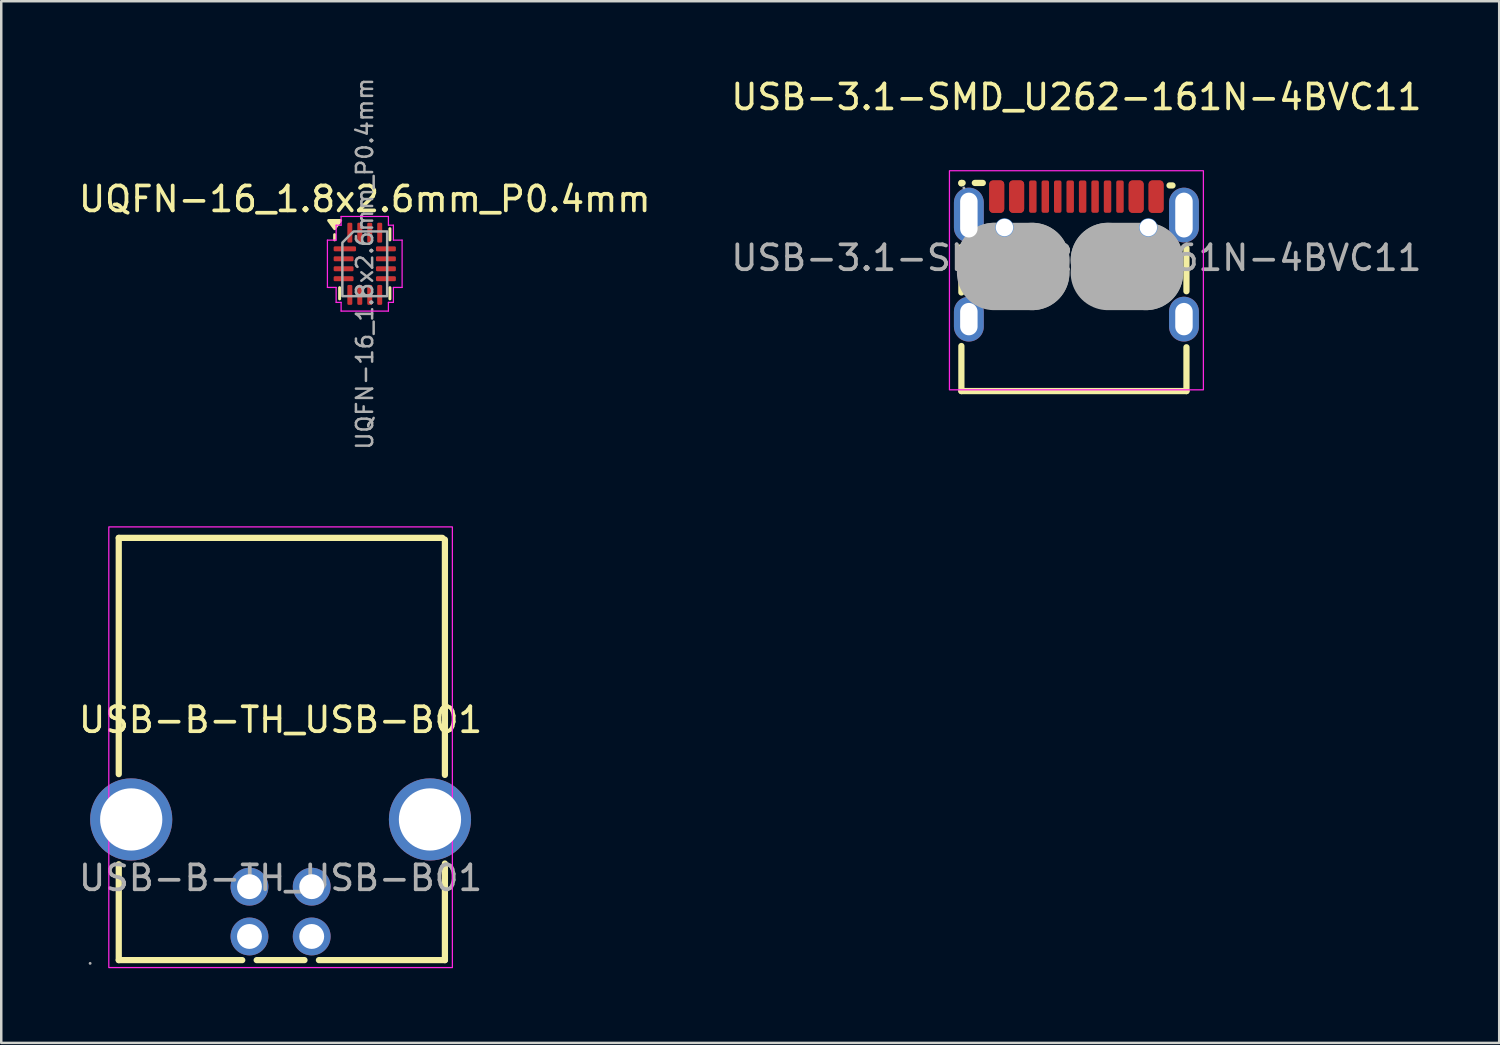
<source format=kicad_pcb>
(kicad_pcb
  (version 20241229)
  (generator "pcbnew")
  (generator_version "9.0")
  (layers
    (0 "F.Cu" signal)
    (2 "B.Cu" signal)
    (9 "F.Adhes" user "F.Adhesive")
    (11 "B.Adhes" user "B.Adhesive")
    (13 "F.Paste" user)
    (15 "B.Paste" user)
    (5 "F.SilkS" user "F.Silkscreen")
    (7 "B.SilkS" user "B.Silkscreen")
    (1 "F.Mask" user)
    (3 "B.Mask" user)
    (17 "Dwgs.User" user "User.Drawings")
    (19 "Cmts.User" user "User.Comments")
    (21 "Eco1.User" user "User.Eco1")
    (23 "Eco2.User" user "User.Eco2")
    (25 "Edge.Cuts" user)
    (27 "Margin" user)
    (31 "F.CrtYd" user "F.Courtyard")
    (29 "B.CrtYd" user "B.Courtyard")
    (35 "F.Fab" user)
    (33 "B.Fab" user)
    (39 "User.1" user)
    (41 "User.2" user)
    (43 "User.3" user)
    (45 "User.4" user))
  (footprint "USB-B-TH_USB-B01"
    (layer "F.Cu")
    (at 8.22 32.214)
    (property "Reference" "USB-B-TH_USB-B01" (at 0 -6.35 0) (layer "F.SilkS") (effects (font (size 1 1) (thickness 0.15))))
    (attr through_hole)
    (fp_line (start -6.5 -13.66) (end -6.5 -4.17) (stroke (width 0.25) (type solid)) (layer "F.SilkS"))
    (fp_line (start -6.5 -13.66) (end 6.5 -13.66) (stroke (width 0.25) (type solid)) (layer "F.SilkS"))
    (fp_line (start -6.5 -0.55) (end -6.5 3.3) (stroke (width 0.25) (type solid)) (layer "F.SilkS"))
    (fp_line (start -6.5 3.3) (end -1.54 3.3) (stroke (width 0.25) (type solid)) (layer "F.SilkS"))
    (fp_line (start -0.96 3.3) (end 0.96 3.3) (stroke (width 0.25) (type solid)) (layer "F.SilkS"))
    (fp_line (start 1.54 3.3) (end 6.6 3.3) (stroke (width 0.25) (type solid)) (layer "F.SilkS"))
    (fp_line (start 6.6 -4.14) (end 6.6 -13.59) (stroke (width 0.25) (type solid)) (layer "F.SilkS"))
    (fp_line (start 6.6 3.3) (end 6.6 -0.58) (stroke (width 0.25) (type solid)) (layer "F.SilkS"))
    (fp_rect (start -6.9 -14.1) (end 6.9 3.6) (stroke (width 0.05) (type default)) (fill no) (layer "F.CrtYd"))
    (fp_circle (center -7.65 3.43) (end -7.62 3.43) (stroke (width 0.06) (type solid)) (fill no) (layer "F.Fab"))
    (fp_circle (center -6 -2.35) (end -5.42 -2.35) (stroke (width 1.15) (type solid)) (fill no) (layer "F.Fab"))
    (fp_circle (center -1.25 0.35) (end -1.05 0.35) (stroke (width 0.4) (type solid)) (fill no) (layer "F.Fab"))
    (fp_circle (center -1.25 2.35) (end -1.05 2.35) (stroke (width 0.4) (type solid)) (fill no) (layer "F.Fab"))
    (fp_circle (center 1.25 0.35) (end 1.45 0.35) (stroke (width 0.4) (type solid)) (fill no) (layer "F.Fab"))
    (fp_circle (center 1.25 2.35) (end 1.45 2.35) (stroke (width 0.4) (type solid)) (fill no) (layer "F.Fab"))
    (fp_circle (center 6 -2.35) (end 6.58 -2.35) (stroke (width 1.15) (type solid)) (fill no) (layer "F.Fab"))
    (fp_text user "${REFERENCE}" (at 0 0 0) (layer "F.Fab") (effects (font (size 1 1) (thickness 0.15))))
    (pad "1" thru_hole circle (at -1.25 2.35) (size 1.52 1.52) (drill 1) (layers "*.Cu" "*.Mask"))
    (pad "2" thru_hole circle (at 1.25 2.35) (size 1.52 1.52) (drill 1) (layers "*.Cu" "*.Mask"))
    (pad "3" thru_hole circle (at 1.25 0.35) (size 1.52 1.52) (drill 1) (layers "*.Cu" "*.Mask"))
    (pad "4" thru_hole circle (at -1.25 0.35) (size 1.52 1.52) (drill 1) (layers "*.Cu" "*.Mask"))
    (pad "5" thru_hole circle (at -6 -2.35) (size 3.3 3.3) (drill 2.5) (layers "*.Cu" "*.Mask"))
    (pad "6" thru_hole circle (at 6 -2.35) (size 3.3 3.3) (drill 2.5) (layers "*.Cu" "*.Mask")))
  (footprint "UQFN-16_1.8x2.6mm_P0.4mm"
    (layer "F.Cu")
    (at 11.601 7.545)
    (property "Reference" "UQFN-16_1.8x2.6mm_P0.4mm" (at 0 -2.6 0) (layer "F.SilkS") (effects (font (size 1 1) (thickness 0.15))))
    (attr smd)
    (fp_line (start -1.21 -0.96) (end -1.21 -1.17) (stroke (width 0.12) (type solid)) (layer "F.SilkS"))
    (fp_line (start -1.01 1.41) (end -1.01 0.96) (stroke (width 0.12) (type solid)) (layer "F.SilkS"))
    (fp_line (start 1.01 -1.41) (end 1.01 -0.96) (stroke (width 0.12) (type solid)) (layer "F.SilkS"))
    (fp_line (start 1.01 1.41) (end 1.01 0.96) (stroke (width 0.12) (type solid)) (layer "F.SilkS"))
    (fp_poly (pts (xy -1.21 -1.41) (xy -1.45 -1.74) (xy -0.97 -1.74)) (stroke (width 0.12) (type solid)) (fill yes) (layer "F.SilkS"))
    (fp_line (start -1.5 -0.95) (end -1.15 -0.95) (stroke (width 0.05) (type solid)) (layer "F.CrtYd"))
    (fp_line (start -1.5 0.95) (end -1.5 -0.95) (stroke (width 0.05) (type solid)) (layer "F.CrtYd"))
    (fp_line (start -1.15 -1.55) (end -0.95 -1.55) (stroke (width 0.05) (type solid)) (layer "F.CrtYd"))
    (fp_line (start -1.15 -0.95) (end -1.15 -1.55) (stroke (width 0.05) (type solid)) (layer "F.CrtYd"))
    (fp_line (start -1.15 0.95) (end -1.5 0.95) (stroke (width 0.05) (type solid)) (layer "F.CrtYd"))
    (fp_line (start -1.15 1.55) (end -1.15 0.95) (stroke (width 0.05) (type solid)) (layer "F.CrtYd"))
    (fp_line (start -0.95 -1.9) (end 0.95 -1.9) (stroke (width 0.05) (type solid)) (layer "F.CrtYd"))
    (fp_line (start -0.95 -1.55) (end -0.95 -1.9) (stroke (width 0.05) (type solid)) (layer "F.CrtYd"))
    (fp_line (start -0.95 1.55) (end -1.15 1.55) (stroke (width 0.05) (type solid)) (layer "F.CrtYd"))
    (fp_line (start -0.95 1.9) (end -0.95 1.55) (stroke (width 0.05) (type solid)) (layer "F.CrtYd"))
    (fp_line (start 0.95 -1.9) (end 0.95 -1.55) (stroke (width 0.05) (type solid)) (layer "F.CrtYd"))
    (fp_line (start 0.95 -1.55) (end 1.15 -1.55) (stroke (width 0.05) (type solid)) (layer "F.CrtYd"))
    (fp_line (start 0.95 1.55) (end 0.95 1.9) (stroke (width 0.05) (type solid)) (layer "F.CrtYd"))
    (fp_line (start 0.95 1.9) (end -0.95 1.9) (stroke (width 0.05) (type solid)) (layer "F.CrtYd"))
    (fp_line (start 1.15 -1.55) (end 1.15 -0.95) (stroke (width 0.05) (type solid)) (layer "F.CrtYd"))
    (fp_line (start 1.15 -0.95) (end 1.5 -0.95) (stroke (width 0.05) (type solid)) (layer "F.CrtYd"))
    (fp_line (start 1.15 0.95) (end 1.15 1.55) (stroke (width 0.05) (type solid)) (layer "F.CrtYd"))
    (fp_line (start 1.15 1.55) (end 0.95 1.55) (stroke (width 0.05) (type solid)) (layer "F.CrtYd"))
    (fp_line (start 1.5 -0.95) (end 1.5 0.95) (stroke (width 0.05) (type solid)) (layer "F.CrtYd"))
    (fp_line (start 1.5 0.95) (end 1.15 0.95) (stroke (width 0.05) (type solid)) (layer "F.CrtYd"))
    (fp_poly (pts (xy -0.9 -0.85) (xy -0.9 1.3) (xy 0.9 1.3) (xy 0.9 -1.3) (xy -0.45 -1.3)) (stroke (width 0.1) (type solid)) (fill no) (layer "F.Fab"))
    (fp_text user "${REFERENCE}" (at 0 0 90) (layer "F.Fab") (effects (font (size 0.65 0.65) (thickness 0.1))))
    (pad "1" smd roundrect (at -0.8 -0.6) (size 0.9 0.2) (layers "F.Cu" "F.Mask" "F.Paste") (roundrect_rratio 0.25))
    (pad "2" smd roundrect (at -0.85 -0.2) (size 0.8 0.2) (layers "F.Cu" "F.Mask" "F.Paste") (roundrect_rratio 0.25))
    (pad "3" smd roundrect (at -0.85 0.2) (size 0.8 0.2) (layers "F.Cu" "F.Mask" "F.Paste") (roundrect_rratio 0.25))
    (pad "4" smd roundrect (at -0.85 0.6) (size 0.8 0.2) (layers "F.Cu" "F.Mask" "F.Paste") (roundrect_rratio 0.25))
    (pad "5" smd roundrect (at -0.6 1.25) (size 0.2 0.8) (layers "F.Cu" "F.Mask" "F.Paste") (roundrect_rratio 0.25))
    (pad "6" smd roundrect (at -0.2 1.25) (size 0.2 0.8) (layers "F.Cu" "F.Mask" "F.Paste") (roundrect_rratio 0.25))
    (pad "7" smd roundrect (at 0.2 1.25) (size 0.2 0.8) (layers "F.Cu" "F.Mask" "F.Paste") (roundrect_rratio 0.25))
    (pad "8" smd roundrect (at 0.6 1.25) (size 0.2 0.8) (layers "F.Cu" "F.Mask" "F.Paste") (roundrect_rratio 0.25))
    (pad "9" smd roundrect (at 0.85 0.6) (size 0.8 0.2) (layers "F.Cu" "F.Mask" "F.Paste") (roundrect_rratio 0.25))
    (pad "10" smd roundrect (at 0.85 0.2) (size 0.8 0.2) (layers "F.Cu" "F.Mask" "F.Paste") (roundrect_rratio 0.25))
    (pad "11" smd roundrect (at 0.85 -0.2) (size 0.8 0.2) (layers "F.Cu" "F.Mask" "F.Paste") (roundrect_rratio 0.25))
    (pad "12" smd roundrect (at 0.85 -0.6) (size 0.8 0.2) (layers "F.Cu" "F.Mask" "F.Paste") (roundrect_rratio 0.25))
    (pad "13" smd roundrect (at 0.6 -1.25) (size 0.2 0.8) (layers "F.Cu" "F.Mask" "F.Paste") (roundrect_rratio 0.25))
    (pad "14" smd roundrect (at 0.2 -1.25) (size 0.2 0.8) (layers "F.Cu" "F.Mask" "F.Paste") (roundrect_rratio 0.25))
    (pad "15" smd roundrect (at -0.2 -1.25) (size 0.2 0.8) (layers "F.Cu" "F.Mask" "F.Paste") (roundrect_rratio 0.25))
    (pad "16" smd roundrect (at -0.6 -1.25) (size 0.2 0.8) (layers "F.Cu" "F.Mask" "F.Paste") (roundrect_rratio 0.25)))
  (footprint "USB-3.1-SMD_U262-161N-4BVC11"
    (layer "F.Cu")
    (at 40.185 7.308)
    (property "Reference" "USB-3.1-SMD_U262-161N-4BVC11" (at 0 -6.46 0) (layer "F.SilkS") (effects (font (size 1 1) (thickness 0.15))))
    (attr smd)
    (fp_line (start -4.62 -3.01) (end -4.57 -3.01) (stroke (width 0.25) (type solid)) (layer "F.SilkS"))
    (fp_line (start -4.62 -2.99) (end -4.62 -3.01) (stroke (width 0.25) (type solid)) (layer "F.SilkS"))
    (fp_line (start -4.62 1.39) (end -4.62 -0.44) (stroke (width 0.25) (type solid)) (layer "F.SilkS"))
    (fp_line (start -4.62 5.35) (end -4.62 3.54) (stroke (width 0.25) (type solid)) (layer "F.SilkS"))
    (fp_line (start -4.08 -3.01) (end -3.76 -3.01) (stroke (width 0.25) (type solid)) (layer "F.SilkS"))
    (fp_line (start 3.74 -2.91) (end 3.86 -2.91) (stroke (width 0.25) (type solid)) (layer "F.SilkS"))
    (fp_line (start 4.42 -0.39) (end 4.42 1.34) (stroke (width 0.25) (type solid)) (layer "F.SilkS"))
    (fp_line (start 4.42 3.59) (end 4.42 5.35) (stroke (width 0.25) (type solid)) (layer "F.SilkS"))
    (fp_line (start 4.42 5.35) (end -4.62 5.35) (stroke (width 0.25) (type solid)) (layer "F.SilkS"))
    (fp_circle (center -2.89 -1.22) (end -2.77 -1.22) (stroke (width 0.25) (type solid)) (fill no) (layer "Cmts.User"))
    (fp_circle (center 2.89 -1.22) (end 3.01 -1.22) (stroke (width 0.25) (type solid)) (fill no) (layer "Cmts.User"))
    (fp_rect (start -5.1 -3.5) (end 5.1 5.3) (stroke (width 0.05) (type default)) (fill no) (layer "F.CrtYd"))
    (fp_line (start -3.3 0.09) (end -3.3 0.09) (stroke (width 3) (type solid)) (layer "F.Fab"))
    (fp_line (start -3.3 0.09) (end -1.78 0.09) (stroke (width 3) (type solid)) (layer "F.Fab"))
    (fp_line (start -1.78 0.09) (end -1.78 0.6) (stroke (width 3) (type solid)) (layer "F.Fab"))
    (fp_line (start -1.78 0.6) (end -3.3 0.6) (stroke (width 3) (type solid)) (layer "F.Fab"))
    (fp_line (start 1.27 0.09) (end 1.27 0.09) (stroke (width 3) (type solid)) (layer "F.Fab"))
    (fp_line (start 1.27 0.09) (end 2.79 0.09) (stroke (width 3) (type solid)) (layer "F.Fab"))
    (fp_line (start 2.79 0.09) (end 2.79 0.6) (stroke (width 3) (type solid)) (layer "F.Fab"))
    (fp_line (start 2.79 0.6) (end 1.27 0.6) (stroke (width 3) (type solid)) (layer "F.Fab"))
    (fp_circle (center -4.52 -2.81) (end -4.49 -2.81) (stroke (width 0.06) (type solid)) (fill no) (layer "F.Fab"))
    (fp_text user "${REFERENCE}" (at 0 0 0) (layer "F.Fab") (effects (font (size 1 1) (thickness 0.15))))
    (pad "" np_thru_hole circle (at -2.89 -1.22) (size 0.7 0.7) (drill 0.7) (layers "*.Cu" "*.Mask"))
    (pad "" np_thru_hole circle (at 2.89 -1.22) (size 0.7 0.7) (drill 0.7) (layers "*.Cu" "*.Mask"))
    (pad "A1" smd roundrect (at -3.2 -2.46) (size 0.6 1.3) (layers "F.Cu" "F.Mask" "F.Paste") (roundrect_rratio 0.25))
    (pad "A4" smd roundrect (at -2.4 -2.46) (size 0.6 1.3) (layers "F.Cu" "F.Mask" "F.Paste") (roundrect_rratio 0.25))
    (pad "A5" smd roundrect (at -1.25 -2.46) (size 0.3 1.3) (layers "F.Cu" "F.Mask" "F.Paste") (roundrect_rratio 0.25))
    (pad "A6" smd roundrect (at -0.25 -2.46) (size 0.3 1.3) (layers "F.Cu" "F.Mask" "F.Paste") (roundrect_rratio 0.25))
    (pad "A7" smd roundrect (at 0.25 -2.46) (size 0.3 1.3) (layers "F.Cu" "F.Mask" "F.Paste") (roundrect_rratio 0.25))
    (pad "A8" smd roundrect (at 1.25 -2.46) (size 0.3 1.3) (layers "F.Cu" "F.Mask" "F.Paste") (roundrect_rratio 0.25))
    (pad "A9" smd roundrect (at 2.4 -2.46) (size 0.6 1.3) (layers "F.Cu" "F.Mask" "F.Paste") (roundrect_rratio 0.25))
    (pad "A12" smd roundrect (at 3.2 -2.46) (size 0.6 1.3) (layers "F.Cu" "F.Mask" "F.Paste") (roundrect_rratio 0.25))
    (pad "B1" smd roundrect (at 3.2 -2.46) (size 0.6 1.3) (layers "F.Cu" "F.Mask" "F.Paste") (roundrect_rratio 0.25))
    (pad "B4" smd roundrect (at 2.4 -2.46) (size 0.6 1.3) (layers "F.Cu" "F.Mask" "F.Paste") (roundrect_rratio 0.25))
    (pad "B5" smd roundrect (at 1.75 -2.46) (size 0.3 1.3) (layers "F.Cu" "F.Mask" "F.Paste") (roundrect_rratio 0.25))
    (pad "B6" smd roundrect (at 0.75 -2.46) (size 0.3 1.3) (layers "F.Cu" "F.Mask" "F.Paste") (roundrect_rratio 0.25))
    (pad "B7" smd roundrect (at -0.75 -2.46) (size 0.3 1.3) (layers "F.Cu" "F.Mask" "F.Paste") (roundrect_rratio 0.25))
    (pad "B8" smd roundrect (at -1.75 -2.46) (size 0.3 1.3) (layers "F.Cu" "F.Mask" "F.Paste") (roundrect_rratio 0.25))
    (pad "B9" smd roundrect (at -2.4 -2.46) (size 0.6 1.3) (layers "F.Cu" "F.Mask" "F.Paste") (roundrect_rratio 0.25))
    (pad "B12" smd roundrect (at -3.2 -2.46) (size 0.6 1.3) (layers "F.Cu" "F.Mask" "F.Paste") (roundrect_rratio 0.25))
    (pad "SH" thru_hole oval (at -4.32 -1.72) (size 1.2 2.2) (drill oval 0.7 1.8) (layers "*.Cu" "*.Mask"))
    (pad "SH" thru_hole oval (at -4.32 2.46) (size 1.2 1.8) (drill oval 0.7 1.3) (layers "*.Cu" "*.Mask"))
    (pad "SH" thru_hole oval (at 4.32 -1.72) (size 1.2 2.2) (drill oval 0.7 1.8) (layers "*.Cu" "*.Mask"))
    (pad "SH" thru_hole oval (at 4.32 2.46) (size 1.2 1.8) (drill oval 0.7 1.3) (layers "*.Cu" "*.Mask")))
  (gr_rect
    (start -3 -3)
    (end 57.167 38.839)
    (stroke (width 0.1) (type default))
    (fill no)
    (layer "Edge.Cuts")))
</source>
